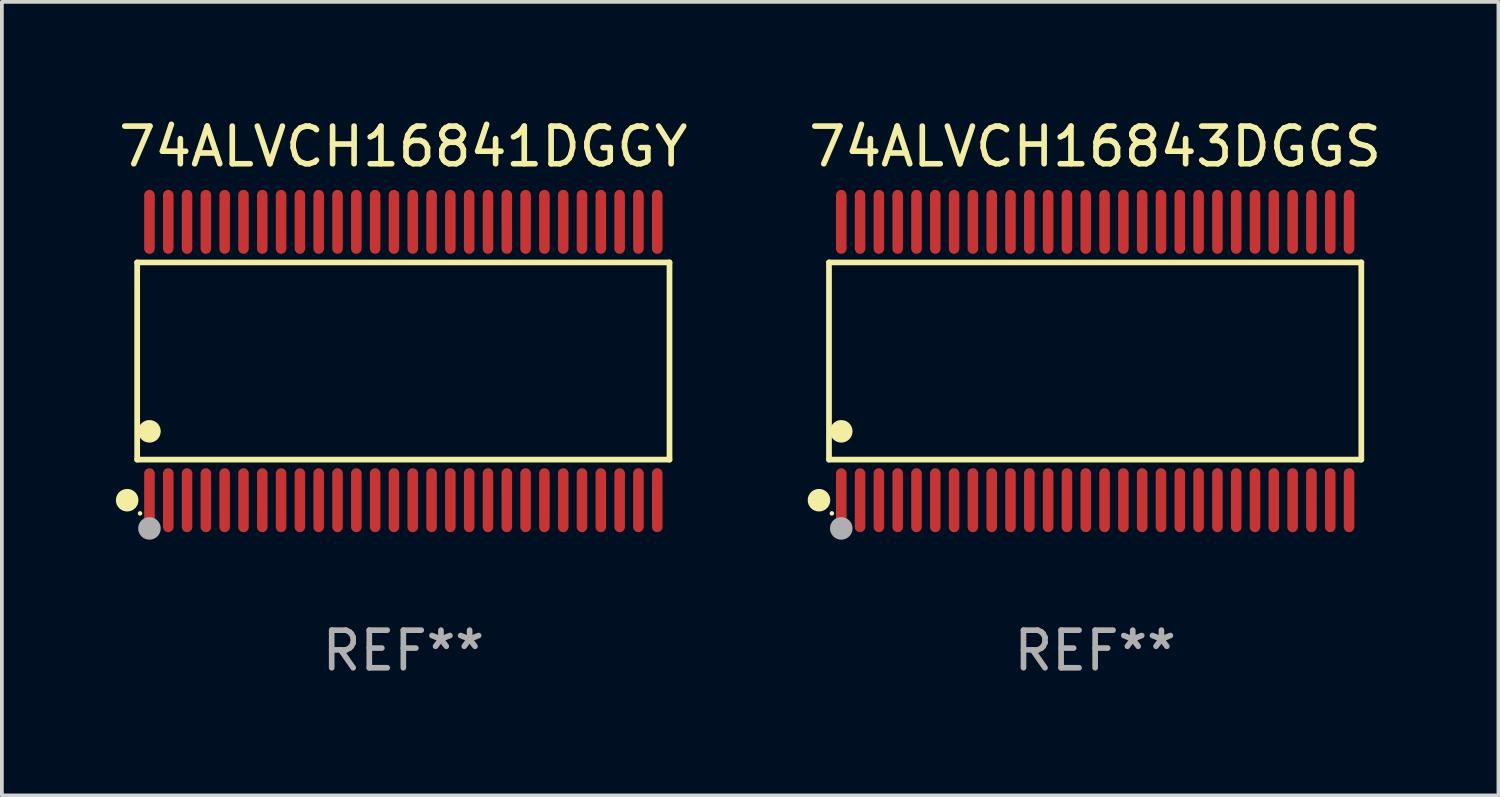
<source format=kicad_pcb>
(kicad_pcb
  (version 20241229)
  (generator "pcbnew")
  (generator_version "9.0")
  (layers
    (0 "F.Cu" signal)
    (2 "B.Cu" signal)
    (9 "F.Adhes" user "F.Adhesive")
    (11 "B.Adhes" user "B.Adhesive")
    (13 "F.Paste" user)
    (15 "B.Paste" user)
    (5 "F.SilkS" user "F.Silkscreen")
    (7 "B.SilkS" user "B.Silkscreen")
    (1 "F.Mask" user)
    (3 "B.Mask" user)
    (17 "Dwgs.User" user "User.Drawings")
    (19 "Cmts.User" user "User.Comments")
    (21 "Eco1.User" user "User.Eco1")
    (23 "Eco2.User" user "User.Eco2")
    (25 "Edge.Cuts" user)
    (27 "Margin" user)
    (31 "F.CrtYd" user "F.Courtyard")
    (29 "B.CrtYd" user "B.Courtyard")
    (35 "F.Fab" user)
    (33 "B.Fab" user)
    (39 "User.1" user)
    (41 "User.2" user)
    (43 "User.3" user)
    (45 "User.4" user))
  (footprint "74ALVCH16841DGGY"
    (layer "F.Cu")
    (at 7.673 6.548)
    (property "Reference" "74ALVCH16841DGGY" (at 0 -5.7 0) (layer "F.SilkS") (effects (font (size 1 1) (thickness 0.15))))
    (attr through_hole)
    (fp_line (start -7.076 -2.621) (end 7.076 -2.621) (stroke (width 0.152) (type solid)) (layer "F.SilkS"))
    (fp_line (start -7.076 2.621) (end -7.076 -2.621) (stroke (width 0.152) (type solid)) (layer "F.SilkS"))
    (fp_line (start 7.076 -2.621) (end 7.076 2.621) (stroke (width 0.152) (type solid)) (layer "F.SilkS"))
    (fp_line (start 7.076 2.621) (end -7.076 2.621) (stroke (width 0.152) (type solid)) (layer "F.SilkS"))
    (fp_circle (center -7.342 3.7) (end -7.192 3.7) (stroke (width 0.3) (type solid)) (fill no) (layer "F.SilkS"))
    (fp_circle (center -7 4.05) (end -6.97 4.05) (stroke (width 0.06) (type solid)) (fill no) (layer "F.SilkS"))
    (fp_circle (center -6.75 1.869) (end -6.6 1.869) (stroke (width 0.3) (type solid)) (fill no) (layer "F.SilkS"))
    (fp_circle (center -6.75 4.45) (end -6.6 4.45) (stroke (width 0.3) (type solid)) (fill no) (layer "F.Fab"))
    (fp_text user "REF**" (at 0 7.7 0) (layer "F.Fab") (effects (font (size 1 1) (thickness 0.15))))
    (pad "1" smd oval (at -6.75 3.7) (size 0.28 1.7) (layers "F.Cu" "F.Mask" "F.Paste"))
    (pad "2" smd oval (at -6.25 3.7) (size 0.28 1.7) (layers "F.Cu" "F.Mask" "F.Paste"))
    (pad "3" smd oval (at -5.75 3.7) (size 0.28 1.7) (layers "F.Cu" "F.Mask" "F.Paste"))
    (pad "4" smd oval (at -5.25 3.7) (size 0.28 1.7) (layers "F.Cu" "F.Mask" "F.Paste"))
    (pad "5" smd oval (at -4.75 3.7) (size 0.28 1.7) (layers "F.Cu" "F.Mask" "F.Paste"))
    (pad "6" smd oval (at -4.25 3.7) (size 0.28 1.7) (layers "F.Cu" "F.Mask" "F.Paste"))
    (pad "7" smd oval (at -3.75 3.7) (size 0.28 1.7) (layers "F.Cu" "F.Mask" "F.Paste"))
    (pad "8" smd oval (at -3.25 3.7) (size 0.28 1.7) (layers "F.Cu" "F.Mask" "F.Paste"))
    (pad "9" smd oval (at -2.75 3.7) (size 0.28 1.7) (layers "F.Cu" "F.Mask" "F.Paste"))
    (pad "10" smd oval (at -2.25 3.7) (size 0.28 1.7) (layers "F.Cu" "F.Mask" "F.Paste"))
    (pad "11" smd oval (at -1.75 3.7) (size 0.28 1.7) (layers "F.Cu" "F.Mask" "F.Paste"))
    (pad "12" smd oval (at -1.25 3.7) (size 0.28 1.7) (layers "F.Cu" "F.Mask" "F.Paste"))
    (pad "13" smd oval (at -0.75 3.7) (size 0.28 1.7) (layers "F.Cu" "F.Mask" "F.Paste"))
    (pad "14" smd oval (at -0.25 3.7) (size 0.28 1.7) (layers "F.Cu" "F.Mask" "F.Paste"))
    (pad "15" smd oval (at 0.25 3.7) (size 0.28 1.7) (layers "F.Cu" "F.Mask" "F.Paste"))
    (pad "16" smd oval (at 0.75 3.7) (size 0.28 1.7) (layers "F.Cu" "F.Mask" "F.Paste"))
    (pad "17" smd oval (at 1.25 3.7) (size 0.28 1.7) (layers "F.Cu" "F.Mask" "F.Paste"))
    (pad "18" smd oval (at 1.75 3.7) (size 0.28 1.7) (layers "F.Cu" "F.Mask" "F.Paste"))
    (pad "19" smd oval (at 2.25 3.7) (size 0.28 1.7) (layers "F.Cu" "F.Mask" "F.Paste"))
    (pad "20" smd oval (at 2.75 3.7) (size 0.28 1.7) (layers "F.Cu" "F.Mask" "F.Paste"))
    (pad "21" smd oval (at 3.25 3.7) (size 0.28 1.7) (layers "F.Cu" "F.Mask" "F.Paste"))
    (pad "22" smd oval (at 3.75 3.7) (size 0.28 1.7) (layers "F.Cu" "F.Mask" "F.Paste"))
    (pad "23" smd oval (at 4.25 3.7) (size 0.28 1.7) (layers "F.Cu" "F.Mask" "F.Paste"))
    (pad "24" smd oval (at 4.75 3.7) (size 0.28 1.7) (layers "F.Cu" "F.Mask" "F.Paste"))
    (pad "25" smd oval (at 5.25 3.7) (size 0.28 1.7) (layers "F.Cu" "F.Mask" "F.Paste"))
    (pad "26" smd oval (at 5.75 3.7) (size 0.28 1.7) (layers "F.Cu" "F.Mask" "F.Paste"))
    (pad "27" smd oval (at 6.25 3.7) (size 0.28 1.7) (layers "F.Cu" "F.Mask" "F.Paste"))
    (pad "28" smd oval (at 6.75 3.7) (size 0.28 1.7) (layers "F.Cu" "F.Mask" "F.Paste"))
    (pad "29" smd oval (at 6.75 -3.7) (size 0.28 1.7) (layers "F.Cu" "F.Mask" "F.Paste"))
    (pad "30" smd oval (at 6.25 -3.7) (size 0.28 1.7) (layers "F.Cu" "F.Mask" "F.Paste"))
    (pad "31" smd oval (at 5.75 -3.7) (size 0.28 1.7) (layers "F.Cu" "F.Mask" "F.Paste"))
    (pad "32" smd oval (at 5.25 -3.7) (size 0.28 1.7) (layers "F.Cu" "F.Mask" "F.Paste"))
    (pad "33" smd oval (at 4.75 -3.7) (size 0.28 1.7) (layers "F.Cu" "F.Mask" "F.Paste"))
    (pad "34" smd oval (at 4.25 -3.7) (size 0.28 1.7) (layers "F.Cu" "F.Mask" "F.Paste"))
    (pad "35" smd oval (at 3.75 -3.7) (size 0.28 1.7) (layers "F.Cu" "F.Mask" "F.Paste"))
    (pad "36" smd oval (at 3.25 -3.7) (size 0.28 1.7) (layers "F.Cu" "F.Mask" "F.Paste"))
    (pad "37" smd oval (at 2.75 -3.7) (size 0.28 1.7) (layers "F.Cu" "F.Mask" "F.Paste"))
    (pad "38" smd oval (at 2.25 -3.7) (size 0.28 1.7) (layers "F.Cu" "F.Mask" "F.Paste"))
    (pad "39" smd oval (at 1.75 -3.7) (size 0.28 1.7) (layers "F.Cu" "F.Mask" "F.Paste"))
    (pad "40" smd oval (at 1.25 -3.7) (size 0.28 1.7) (layers "F.Cu" "F.Mask" "F.Paste"))
    (pad "41" smd oval (at 0.75 -3.7) (size 0.28 1.7) (layers "F.Cu" "F.Mask" "F.Paste"))
    (pad "42" smd oval (at 0.25 -3.7) (size 0.28 1.7) (layers "F.Cu" "F.Mask" "F.Paste"))
    (pad "43" smd oval (at -0.25 -3.7) (size 0.28 1.7) (layers "F.Cu" "F.Mask" "F.Paste"))
    (pad "44" smd oval (at -0.75 -3.7) (size 0.28 1.7) (layers "F.Cu" "F.Mask" "F.Paste"))
    (pad "45" smd oval (at -1.25 -3.7) (size 0.28 1.7) (layers "F.Cu" "F.Mask" "F.Paste"))
    (pad "46" smd oval (at -1.75 -3.7) (size 0.28 1.7) (layers "F.Cu" "F.Mask" "F.Paste"))
    (pad "47" smd oval (at -2.25 -3.7) (size 0.28 1.7) (layers "F.Cu" "F.Mask" "F.Paste"))
    (pad "48" smd oval (at -2.75 -3.7) (size 0.28 1.7) (layers "F.Cu" "F.Mask" "F.Paste"))
    (pad "49" smd oval (at -3.25 -3.7) (size 0.28 1.7) (layers "F.Cu" "F.Mask" "F.Paste"))
    (pad "50" smd oval (at -3.75 -3.7) (size 0.28 1.7) (layers "F.Cu" "F.Mask" "F.Paste"))
    (pad "51" smd oval (at -4.25 -3.7) (size 0.28 1.7) (layers "F.Cu" "F.Mask" "F.Paste"))
    (pad "52" smd oval (at -4.75 -3.7) (size 0.28 1.7) (layers "F.Cu" "F.Mask" "F.Paste"))
    (pad "53" smd oval (at -5.25 -3.7) (size 0.28 1.7) (layers "F.Cu" "F.Mask" "F.Paste"))
    (pad "54" smd oval (at -5.75 -3.7) (size 0.28 1.7) (layers "F.Cu" "F.Mask" "F.Paste"))
    (pad "55" smd oval (at -6.25 -3.7) (size 0.28 1.7) (layers "F.Cu" "F.Mask" "F.Paste"))
    (pad "56" smd oval (at -6.75 -3.7) (size 0.28 1.7) (layers "F.Cu" "F.Mask" "F.Paste")))
  (footprint "74ALVCH16843DGGS"
    (layer "F.Cu")
    (at 26.065 6.548)
    (property "Reference" "74ALVCH16843DGGS" (at 0 -5.7 0) (layer "F.SilkS") (effects (font (size 1 1) (thickness 0.15))))
    (attr through_hole)
    (fp_line (start -7.076 -2.621) (end 7.076 -2.621) (stroke (width 0.152) (type solid)) (layer "F.SilkS"))
    (fp_line (start -7.076 2.621) (end -7.076 -2.621) (stroke (width 0.152) (type solid)) (layer "F.SilkS"))
    (fp_line (start 7.076 -2.621) (end 7.076 2.621) (stroke (width 0.152) (type solid)) (layer "F.SilkS"))
    (fp_line (start 7.076 2.621) (end -7.076 2.621) (stroke (width 0.152) (type solid)) (layer "F.SilkS"))
    (fp_circle (center -7.342 3.7) (end -7.192 3.7) (stroke (width 0.3) (type solid)) (fill no) (layer "F.SilkS"))
    (fp_circle (center -7 4.05) (end -6.97 4.05) (stroke (width 0.06) (type solid)) (fill no) (layer "F.SilkS"))
    (fp_circle (center -6.75 1.869) (end -6.6 1.869) (stroke (width 0.3) (type solid)) (fill no) (layer "F.SilkS"))
    (fp_circle (center -6.75 4.45) (end -6.6 4.45) (stroke (width 0.3) (type solid)) (fill no) (layer "F.Fab"))
    (fp_text user "REF**" (at 0 7.7 0) (layer "F.Fab") (effects (font (size 1 1) (thickness 0.15))))
    (pad "1" smd oval (at -6.75 3.7) (size 0.28 1.7) (layers "F.Cu" "F.Mask" "F.Paste"))
    (pad "2" smd oval (at -6.25 3.7) (size 0.28 1.7) (layers "F.Cu" "F.Mask" "F.Paste"))
    (pad "3" smd oval (at -5.75 3.7) (size 0.28 1.7) (layers "F.Cu" "F.Mask" "F.Paste"))
    (pad "4" smd oval (at -5.25 3.7) (size 0.28 1.7) (layers "F.Cu" "F.Mask" "F.Paste"))
    (pad "5" smd oval (at -4.75 3.7) (size 0.28 1.7) (layers "F.Cu" "F.Mask" "F.Paste"))
    (pad "6" smd oval (at -4.25 3.7) (size 0.28 1.7) (layers "F.Cu" "F.Mask" "F.Paste"))
    (pad "7" smd oval (at -3.75 3.7) (size 0.28 1.7) (layers "F.Cu" "F.Mask" "F.Paste"))
    (pad "8" smd oval (at -3.25 3.7) (size 0.28 1.7) (layers "F.Cu" "F.Mask" "F.Paste"))
    (pad "9" smd oval (at -2.75 3.7) (size 0.28 1.7) (layers "F.Cu" "F.Mask" "F.Paste"))
    (pad "10" smd oval (at -2.25 3.7) (size 0.28 1.7) (layers "F.Cu" "F.Mask" "F.Paste"))
    (pad "11" smd oval (at -1.75 3.7) (size 0.28 1.7) (layers "F.Cu" "F.Mask" "F.Paste"))
    (pad "12" smd oval (at -1.25 3.7) (size 0.28 1.7) (layers "F.Cu" "F.Mask" "F.Paste"))
    (pad "13" smd oval (at -0.75 3.7) (size 0.28 1.7) (layers "F.Cu" "F.Mask" "F.Paste"))
    (pad "14" smd oval (at -0.25 3.7) (size 0.28 1.7) (layers "F.Cu" "F.Mask" "F.Paste"))
    (pad "15" smd oval (at 0.25 3.7) (size 0.28 1.7) (layers "F.Cu" "F.Mask" "F.Paste"))
    (pad "16" smd oval (at 0.75 3.7) (size 0.28 1.7) (layers "F.Cu" "F.Mask" "F.Paste"))
    (pad "17" smd oval (at 1.25 3.7) (size 0.28 1.7) (layers "F.Cu" "F.Mask" "F.Paste"))
    (pad "18" smd oval (at 1.75 3.7) (size 0.28 1.7) (layers "F.Cu" "F.Mask" "F.Paste"))
    (pad "19" smd oval (at 2.25 3.7) (size 0.28 1.7) (layers "F.Cu" "F.Mask" "F.Paste"))
    (pad "20" smd oval (at 2.75 3.7) (size 0.28 1.7) (layers "F.Cu" "F.Mask" "F.Paste"))
    (pad "21" smd oval (at 3.25 3.7) (size 0.28 1.7) (layers "F.Cu" "F.Mask" "F.Paste"))
    (pad "22" smd oval (at 3.75 3.7) (size 0.28 1.7) (layers "F.Cu" "F.Mask" "F.Paste"))
    (pad "23" smd oval (at 4.25 3.7) (size 0.28 1.7) (layers "F.Cu" "F.Mask" "F.Paste"))
    (pad "24" smd oval (at 4.75 3.7) (size 0.28 1.7) (layers "F.Cu" "F.Mask" "F.Paste"))
    (pad "25" smd oval (at 5.25 3.7) (size 0.28 1.7) (layers "F.Cu" "F.Mask" "F.Paste"))
    (pad "26" smd oval (at 5.75 3.7) (size 0.28 1.7) (layers "F.Cu" "F.Mask" "F.Paste"))
    (pad "27" smd oval (at 6.25 3.7) (size 0.28 1.7) (layers "F.Cu" "F.Mask" "F.Paste"))
    (pad "28" smd oval (at 6.75 3.7) (size 0.28 1.7) (layers "F.Cu" "F.Mask" "F.Paste"))
    (pad "29" smd oval (at 6.75 -3.7) (size 0.28 1.7) (layers "F.Cu" "F.Mask" "F.Paste"))
    (pad "30" smd oval (at 6.25 -3.7) (size 0.28 1.7) (layers "F.Cu" "F.Mask" "F.Paste"))
    (pad "31" smd oval (at 5.75 -3.7) (size 0.28 1.7) (layers "F.Cu" "F.Mask" "F.Paste"))
    (pad "32" smd oval (at 5.25 -3.7) (size 0.28 1.7) (layers "F.Cu" "F.Mask" "F.Paste"))
    (pad "33" smd oval (at 4.75 -3.7) (size 0.28 1.7) (layers "F.Cu" "F.Mask" "F.Paste"))
    (pad "34" smd oval (at 4.25 -3.7) (size 0.28 1.7) (layers "F.Cu" "F.Mask" "F.Paste"))
    (pad "35" smd oval (at 3.75 -3.7) (size 0.28 1.7) (layers "F.Cu" "F.Mask" "F.Paste"))
    (pad "36" smd oval (at 3.25 -3.7) (size 0.28 1.7) (layers "F.Cu" "F.Mask" "F.Paste"))
    (pad "37" smd oval (at 2.75 -3.7) (size 0.28 1.7) (layers "F.Cu" "F.Mask" "F.Paste"))
    (pad "38" smd oval (at 2.25 -3.7) (size 0.28 1.7) (layers "F.Cu" "F.Mask" "F.Paste"))
    (pad "39" smd oval (at 1.75 -3.7) (size 0.28 1.7) (layers "F.Cu" "F.Mask" "F.Paste"))
    (pad "40" smd oval (at 1.25 -3.7) (size 0.28 1.7) (layers "F.Cu" "F.Mask" "F.Paste"))
    (pad "41" smd oval (at 0.75 -3.7) (size 0.28 1.7) (layers "F.Cu" "F.Mask" "F.Paste"))
    (pad "42" smd oval (at 0.25 -3.7) (size 0.28 1.7) (layers "F.Cu" "F.Mask" "F.Paste"))
    (pad "43" smd oval (at -0.25 -3.7) (size 0.28 1.7) (layers "F.Cu" "F.Mask" "F.Paste"))
    (pad "44" smd oval (at -0.75 -3.7) (size 0.28 1.7) (layers "F.Cu" "F.Mask" "F.Paste"))
    (pad "45" smd oval (at -1.25 -3.7) (size 0.28 1.7) (layers "F.Cu" "F.Mask" "F.Paste"))
    (pad "46" smd oval (at -1.75 -3.7) (size 0.28 1.7) (layers "F.Cu" "F.Mask" "F.Paste"))
    (pad "47" smd oval (at -2.25 -3.7) (size 0.28 1.7) (layers "F.Cu" "F.Mask" "F.Paste"))
    (pad "48" smd oval (at -2.75 -3.7) (size 0.28 1.7) (layers "F.Cu" "F.Mask" "F.Paste"))
    (pad "49" smd oval (at -3.25 -3.7) (size 0.28 1.7) (layers "F.Cu" "F.Mask" "F.Paste"))
    (pad "50" smd oval (at -3.75 -3.7) (size 0.28 1.7) (layers "F.Cu" "F.Mask" "F.Paste"))
    (pad "51" smd oval (at -4.25 -3.7) (size 0.28 1.7) (layers "F.Cu" "F.Mask" "F.Paste"))
    (pad "52" smd oval (at -4.75 -3.7) (size 0.28 1.7) (layers "F.Cu" "F.Mask" "F.Paste"))
    (pad "53" smd oval (at -5.25 -3.7) (size 0.28 1.7) (layers "F.Cu" "F.Mask" "F.Paste"))
    (pad "54" smd oval (at -5.75 -3.7) (size 0.28 1.7) (layers "F.Cu" "F.Mask" "F.Paste"))
    (pad "55" smd oval (at -6.25 -3.7) (size 0.28 1.7) (layers "F.Cu" "F.Mask" "F.Paste"))
    (pad "56" smd oval (at -6.75 -3.7) (size 0.28 1.7) (layers "F.Cu" "F.Mask" "F.Paste")))
  (gr_rect
    (start -3 -3)
    (end 36.786 18.097)
    (stroke (width 0.1) (type default))
    (fill no)
    (layer "Edge.Cuts")))
</source>
